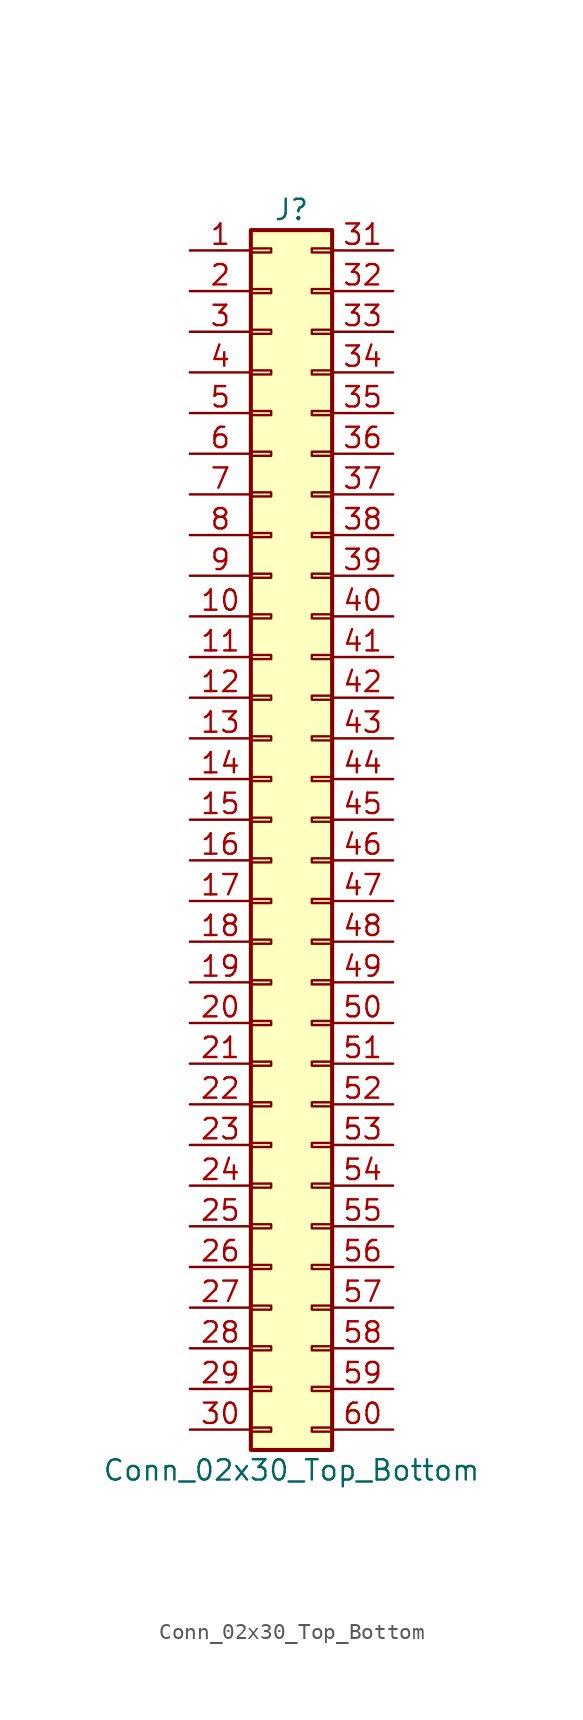
<source format=kicad_sym>
(kicad_symbol_lib
  (version 20201005)
  (generator kicad_symbol_editor)
  (symbol "Connector_Generic:Conn_02x30_Top_Bottom"
    (pin_names
      (offset 1.016) hide)
    (property "Reference" "J"
      (at 1.27 38.1 0)
      (effects (font (size 1.27 1.27))))
    (property "Value" "Conn_02x30_Top_Bottom"
      (at 1.27 -40.64 0)
      (effects (font (size 1.27 1.27))))
    (symbol "Conn_02x30_Top_Bottom_1_1"
      (rectangle (start -1.27 -27.813) (end 0 -28.067) (stroke (width 0.152)) (fill (type none)))
      (rectangle (start -1.27 -30.353) (end 0 -30.607) (stroke (width 0.152)) (fill (type none)))
      (rectangle (start -1.27 -32.893) (end 0 -33.147) (stroke (width 0.152)) (fill (type none)))
      (rectangle (start -1.27 -35.433) (end 0 -35.687) (stroke (width 0.152)) (fill (type none)))
      (rectangle (start -1.27 -37.973) (end 0 -38.227) (stroke (width 0.152)) (fill (type none)))
      (rectangle (start -1.27 -4.953) (end 0 -5.207) (stroke (width 0.152)) (fill (type none)))
      (rectangle (start -1.27 -7.493) (end 0 -7.747) (stroke (width 0.152)) (fill (type none)))
      (rectangle (start -1.27 -10.033) (end 0 -10.287) (stroke (width 0.152)) (fill (type none)))
      (rectangle (start -1.27 -12.573) (end 0 -12.827) (stroke (width 0.152)) (fill (type none)))
      (rectangle (start -1.27 -15.113) (end 0 -15.367) (stroke (width 0.152)) (fill (type none)))
      (rectangle (start -1.27 -17.653) (end 0 -17.907) (stroke (width 0.152)) (fill (type none)))
      (rectangle (start -1.27 -20.193) (end 0 -20.447) (stroke (width 0.152)) (fill (type none)))
      (rectangle (start -1.27 -22.733) (end 0 -22.987) (stroke (width 0.152)) (fill (type none)))
      (rectangle (start -1.27 -2.413) (end 0 -2.667) (stroke (width 0.152)) (fill (type none)))
      (rectangle (start -1.27 -25.273) (end 0 -25.527) (stroke (width 0.152)) (fill (type none)))
      (rectangle (start -1.27 25.527) (end 0 25.273) (stroke (width 0.152)) (fill (type none)))
      (rectangle (start -1.27 2.667) (end 0 2.413) (stroke (width 0.152)) (fill (type none)))
      (rectangle (start -1.27 28.067) (end 0 27.813) (stroke (width 0.152)) (fill (type none)))
      (rectangle (start -1.27 30.607) (end 0 30.353) (stroke (width 0.152)) (fill (type none)))
      (rectangle (start -1.27 33.147) (end 0 32.893) (stroke (width 0.152)) (fill (type none)))
      (rectangle (start -1.27 35.687) (end 0 35.433) (stroke (width 0.152)) (fill (type none)))
      (rectangle (start -1.27 36.83) (end 3.81 -39.37) (stroke (width 0.254)) (fill (type background)))
      (rectangle (start -1.27 5.207) (end 0 4.953) (stroke (width 0.152)) (fill (type none)))
      (rectangle (start -1.27 7.747) (end 0 7.493) (stroke (width 0.152)) (fill (type none)))
      (rectangle (start -1.27 10.287) (end 0 10.033) (stroke (width 0.152)) (fill (type none)))
      (rectangle (start -1.27 0.127) (end 0 -0.127) (stroke (width 0.152)) (fill (type none)))
      (rectangle (start -1.27 12.827) (end 0 12.573) (stroke (width 0.152)) (fill (type none)))
      (rectangle (start -1.27 15.367) (end 0 15.113) (stroke (width 0.152)) (fill (type none)))
      (rectangle (start -1.27 17.907) (end 0 17.653) (stroke (width 0.152)) (fill (type none)))
      (rectangle (start -1.27 20.447) (end 0 20.193) (stroke (width 0.152)) (fill (type none)))
      (rectangle (start -1.27 22.987) (end 0 22.733) (stroke (width 0.152)) (fill (type none)))
      (rectangle (start 3.81 -27.813) (end 2.54 -28.067) (stroke (width 0.152)) (fill (type none)))
      (rectangle (start 3.81 -30.353) (end 2.54 -30.607) (stroke (width 0.152)) (fill (type none)))
      (rectangle (start 3.81 -32.893) (end 2.54 -33.147) (stroke (width 0.152)) (fill (type none)))
      (rectangle (start 3.81 -35.433) (end 2.54 -35.687) (stroke (width 0.152)) (fill (type none)))
      (rectangle (start 3.81 -37.973) (end 2.54 -38.227) (stroke (width 0.152)) (fill (type none)))
      (rectangle (start 3.81 -4.953) (end 2.54 -5.207) (stroke (width 0.152)) (fill (type none)))
      (rectangle (start 3.81 -7.493) (end 2.54 -7.747) (stroke (width 0.152)) (fill (type none)))
      (rectangle (start 3.81 -10.033) (end 2.54 -10.287) (stroke (width 0.152)) (fill (type none)))
      (rectangle (start 3.81 -12.573) (end 2.54 -12.827) (stroke (width 0.152)) (fill (type none)))
      (rectangle (start 3.81 -15.113) (end 2.54 -15.367) (stroke (width 0.152)) (fill (type none)))
      (rectangle (start 3.81 -17.653) (end 2.54 -17.907) (stroke (width 0.152)) (fill (type none)))
      (rectangle (start 3.81 -20.193) (end 2.54 -20.447) (stroke (width 0.152)) (fill (type none)))
      (rectangle (start 3.81 -22.733) (end 2.54 -22.987) (stroke (width 0.152)) (fill (type none)))
      (rectangle (start 3.81 -2.413) (end 2.54 -2.667) (stroke (width 0.152)) (fill (type none)))
      (rectangle (start 3.81 -25.273) (end 2.54 -25.527) (stroke (width 0.152)) (fill (type none)))
      (rectangle (start 3.81 25.527) (end 2.54 25.273) (stroke (width 0.152)) (fill (type none)))
      (rectangle (start 3.81 2.667) (end 2.54 2.413) (stroke (width 0.152)) (fill (type none)))
      (rectangle (start 3.81 28.067) (end 2.54 27.813) (stroke (width 0.152)) (fill (type none)))
      (rectangle (start 3.81 30.607) (end 2.54 30.353) (stroke (width 0.152)) (fill (type none)))
      (rectangle (start 3.81 33.147) (end 2.54 32.893) (stroke (width 0.152)) (fill (type none)))
      (rectangle (start 3.81 35.687) (end 2.54 35.433) (stroke (width 0.152)) (fill (type none)))
      (rectangle (start 3.81 5.207) (end 2.54 4.953) (stroke (width 0.152)) (fill (type none)))
      (rectangle (start 3.81 7.747) (end 2.54 7.493) (stroke (width 0.152)) (fill (type none)))
      (rectangle (start 3.81 10.287) (end 2.54 10.033) (stroke (width 0.152)) (fill (type none)))
      (rectangle (start 3.81 0.127) (end 2.54 -0.127) (stroke (width 0.152)) (fill (type none)))
      (rectangle (start 3.81 12.827) (end 2.54 12.573) (stroke (width 0.152)) (fill (type none)))
      (rectangle (start 3.81 15.367) (end 2.54 15.113) (stroke (width 0.152)) (fill (type none)))
      (rectangle (start 3.81 17.907) (end 2.54 17.653) (stroke (width 0.152)) (fill (type none)))
      (rectangle (start 3.81 20.447) (end 2.54 20.193) (stroke (width 0.152)) (fill (type none)))
      (rectangle (start 3.81 22.987) (end 2.54 22.733) (stroke (width 0.152)) (fill (type none)))
      (pin passive line (at -5.08 35.56 0) (length 3.81) (name "Pin_1" (effects (font (size 1.27 1.27)))) (number "1" (effects (font (size 1.27 1.27)))))
      (pin passive line (at -5.08 12.7 0) (length 3.81) (name "Pin_10" (effects (font (size 1.27 1.27)))) (number "10" (effects (font (size 1.27 1.27)))))
      (pin passive line (at -5.08 10.16 0) (length 3.81) (name "Pin_11" (effects (font (size 1.27 1.27)))) (number "11" (effects (font (size 1.27 1.27)))))
      (pin passive line (at -5.08 7.62 0) (length 3.81) (name "Pin_12" (effects (font (size 1.27 1.27)))) (number "12" (effects (font (size 1.27 1.27)))))
      (pin passive line (at -5.08 5.08 0) (length 3.81) (name "Pin_13" (effects (font (size 1.27 1.27)))) (number "13" (effects (font (size 1.27 1.27)))))
      (pin passive line (at -5.08 2.54 0) (length 3.81) (name "Pin_14" (effects (font (size 1.27 1.27)))) (number "14" (effects (font (size 1.27 1.27)))))
      (pin passive line (at -5.08 0 0) (length 3.81) (name "Pin_15" (effects (font (size 1.27 1.27)))) (number "15" (effects (font (size 1.27 1.27)))))
      (pin passive line (at -5.08 -2.54 0) (length 3.81) (name "Pin_16" (effects (font (size 1.27 1.27)))) (number "16" (effects (font (size 1.27 1.27)))))
      (pin passive line (at -5.08 -5.08 0) (length 3.81) (name "Pin_17" (effects (font (size 1.27 1.27)))) (number "17" (effects (font (size 1.27 1.27)))))
      (pin passive line (at -5.08 -7.62 0) (length 3.81) (name "Pin_18" (effects (font (size 1.27 1.27)))) (number "18" (effects (font (size 1.27 1.27)))))
      (pin passive line (at -5.08 -10.16 0) (length 3.81) (name "Pin_19" (effects (font (size 1.27 1.27)))) (number "19" (effects (font (size 1.27 1.27)))))
      (pin passive line (at -5.08 33.02 0) (length 3.81) (name "Pin_2" (effects (font (size 1.27 1.27)))) (number "2" (effects (font (size 1.27 1.27)))))
      (pin passive line (at -5.08 -12.7 0) (length 3.81) (name "Pin_20" (effects (font (size 1.27 1.27)))) (number "20" (effects (font (size 1.27 1.27)))))
      (pin passive line (at -5.08 -15.24 0) (length 3.81) (name "Pin_21" (effects (font (size 1.27 1.27)))) (number "21" (effects (font (size 1.27 1.27)))))
      (pin passive line (at -5.08 -17.78 0) (length 3.81) (name "Pin_22" (effects (font (size 1.27 1.27)))) (number "22" (effects (font (size 1.27 1.27)))))
      (pin passive line (at -5.08 -20.32 0) (length 3.81) (name "Pin_23" (effects (font (size 1.27 1.27)))) (number "23" (effects (font (size 1.27 1.27)))))
      (pin passive line (at -5.08 -22.86 0) (length 3.81) (name "Pin_24" (effects (font (size 1.27 1.27)))) (number "24" (effects (font (size 1.27 1.27)))))
      (pin passive line (at -5.08 -25.4 0) (length 3.81) (name "Pin_25" (effects (font (size 1.27 1.27)))) (number "25" (effects (font (size 1.27 1.27)))))
      (pin passive line (at -5.08 -27.94 0) (length 3.81) (name "Pin_26" (effects (font (size 1.27 1.27)))) (number "26" (effects (font (size 1.27 1.27)))))
      (pin passive line (at -5.08 -30.48 0) (length 3.81) (name "Pin_27" (effects (font (size 1.27 1.27)))) (number "27" (effects (font (size 1.27 1.27)))))
      (pin passive line (at -5.08 -33.02 0) (length 3.81) (name "Pin_28" (effects (font (size 1.27 1.27)))) (number "28" (effects (font (size 1.27 1.27)))))
      (pin passive line (at -5.08 -35.56 0) (length 3.81) (name "Pin_29" (effects (font (size 1.27 1.27)))) (number "29" (effects (font (size 1.27 1.27)))))
      (pin passive line (at -5.08 30.48 0) (length 3.81) (name "Pin_3" (effects (font (size 1.27 1.27)))) (number "3" (effects (font (size 1.27 1.27)))))
      (pin passive line (at -5.08 -38.1 0) (length 3.81) (name "Pin_30" (effects (font (size 1.27 1.27)))) (number "30" (effects (font (size 1.27 1.27)))))
      (pin passive line (at 7.62 35.56 180) (length 3.81) (name "Pin_31" (effects (font (size 1.27 1.27)))) (number "31" (effects (font (size 1.27 1.27)))))
      (pin passive line (at 7.62 33.02 180) (length 3.81) (name "Pin_32" (effects (font (size 1.27 1.27)))) (number "32" (effects (font (size 1.27 1.27)))))
      (pin passive line (at 7.62 30.48 180) (length 3.81) (name "Pin_33" (effects (font (size 1.27 1.27)))) (number "33" (effects (font (size 1.27 1.27)))))
      (pin passive line (at 7.62 27.94 180) (length 3.81) (name "Pin_34" (effects (font (size 1.27 1.27)))) (number "34" (effects (font (size 1.27 1.27)))))
      (pin passive line (at 7.62 25.4 180) (length 3.81) (name "Pin_35" (effects (font (size 1.27 1.27)))) (number "35" (effects (font (size 1.27 1.27)))))
      (pin passive line (at 7.62 22.86 180) (length 3.81) (name "Pin_36" (effects (font (size 1.27 1.27)))) (number "36" (effects (font (size 1.27 1.27)))))
      (pin passive line (at 7.62 20.32 180) (length 3.81) (name "Pin_37" (effects (font (size 1.27 1.27)))) (number "37" (effects (font (size 1.27 1.27)))))
      (pin passive line (at 7.62 17.78 180) (length 3.81) (name "Pin_38" (effects (font (size 1.27 1.27)))) (number "38" (effects (font (size 1.27 1.27)))))
      (pin passive line (at 7.62 15.24 180) (length 3.81) (name "Pin_39" (effects (font (size 1.27 1.27)))) (number "39" (effects (font (size 1.27 1.27)))))
      (pin passive line (at -5.08 27.94 0) (length 3.81) (name "Pin_4" (effects (font (size 1.27 1.27)))) (number "4" (effects (font (size 1.27 1.27)))))
      (pin passive line (at 7.62 12.7 180) (length 3.81) (name "Pin_40" (effects (font (size 1.27 1.27)))) (number "40" (effects (font (size 1.27 1.27)))))
      (pin passive line (at 7.62 10.16 180) (length 3.81) (name "Pin_41" (effects (font (size 1.27 1.27)))) (number "41" (effects (font (size 1.27 1.27)))))
      (pin passive line (at 7.62 7.62 180) (length 3.81) (name "Pin_42" (effects (font (size 1.27 1.27)))) (number "42" (effects (font (size 1.27 1.27)))))
      (pin passive line (at 7.62 5.08 180) (length 3.81) (name "Pin_43" (effects (font (size 1.27 1.27)))) (number "43" (effects (font (size 1.27 1.27)))))
      (pin passive line (at 7.62 2.54 180) (length 3.81) (name "Pin_44" (effects (font (size 1.27 1.27)))) (number "44" (effects (font (size 1.27 1.27)))))
      (pin passive line (at 7.62 0 180) (length 3.81) (name "Pin_45" (effects (font (size 1.27 1.27)))) (number "45" (effects (font (size 1.27 1.27)))))
      (pin passive line (at 7.62 -2.54 180) (length 3.81) (name "Pin_46" (effects (font (size 1.27 1.27)))) (number "46" (effects (font (size 1.27 1.27)))))
      (pin passive line (at 7.62 -5.08 180) (length 3.81) (name "Pin_47" (effects (font (size 1.27 1.27)))) (number "47" (effects (font (size 1.27 1.27)))))
      (pin passive line (at 7.62 -7.62 180) (length 3.81) (name "Pin_48" (effects (font (size 1.27 1.27)))) (number "48" (effects (font (size 1.27 1.27)))))
      (pin passive line (at 7.62 -10.16 180) (length 3.81) (name "Pin_49" (effects (font (size 1.27 1.27)))) (number "49" (effects (font (size 1.27 1.27)))))
      (pin passive line (at -5.08 25.4 0) (length 3.81) (name "Pin_5" (effects (font (size 1.27 1.27)))) (number "5" (effects (font (size 1.27 1.27)))))
      (pin passive line (at 7.62 -12.7 180) (length 3.81) (name "Pin_50" (effects (font (size 1.27 1.27)))) (number "50" (effects (font (size 1.27 1.27)))))
      (pin passive line (at 7.62 -15.24 180) (length 3.81) (name "Pin_51" (effects (font (size 1.27 1.27)))) (number "51" (effects (font (size 1.27 1.27)))))
      (pin passive line (at 7.62 -17.78 180) (length 3.81) (name "Pin_52" (effects (font (size 1.27 1.27)))) (number "52" (effects (font (size 1.27 1.27)))))
      (pin passive line (at 7.62 -20.32 180) (length 3.81) (name "Pin_53" (effects (font (size 1.27 1.27)))) (number "53" (effects (font (size 1.27 1.27)))))
      (pin passive line (at 7.62 -22.86 180) (length 3.81) (name "Pin_54" (effects (font (size 1.27 1.27)))) (number "54" (effects (font (size 1.27 1.27)))))
      (pin passive line (at 7.62 -25.4 180) (length 3.81) (name "Pin_55" (effects (font (size 1.27 1.27)))) (number "55" (effects (font (size 1.27 1.27)))))
      (pin passive line (at 7.62 -27.94 180) (length 3.81) (name "Pin_56" (effects (font (size 1.27 1.27)))) (number "56" (effects (font (size 1.27 1.27)))))
      (pin passive line (at 7.62 -30.48 180) (length 3.81) (name "Pin_57" (effects (font (size 1.27 1.27)))) (number "57" (effects (font (size 1.27 1.27)))))
      (pin passive line (at 7.62 -33.02 180) (length 3.81) (name "Pin_58" (effects (font (size 1.27 1.27)))) (number "58" (effects (font (size 1.27 1.27)))))
      (pin passive line (at 7.62 -35.56 180) (length 3.81) (name "Pin_59" (effects (font (size 1.27 1.27)))) (number "59" (effects (font (size 1.27 1.27)))))
      (pin passive line (at -5.08 22.86 0) (length 3.81) (name "Pin_6" (effects (font (size 1.27 1.27)))) (number "6" (effects (font (size 1.27 1.27)))))
      (pin passive line (at 7.62 -38.1 180) (length 3.81) (name "Pin_60" (effects (font (size 1.27 1.27)))) (number "60" (effects (font (size 1.27 1.27)))))
      (pin passive line (at -5.08 20.32 0) (length 3.81) (name "Pin_7" (effects (font (size 1.27 1.27)))) (number "7" (effects (font (size 1.27 1.27)))))
      (pin passive line (at -5.08 17.78 0) (length 3.81) (name "Pin_8" (effects (font (size 1.27 1.27)))) (number "8" (effects (font (size 1.27 1.27)))))
      (pin passive line (at -5.08 15.24 0) (length 3.81) (name "Pin_9" (effects (font (size 1.27 1.27)))) (number "9" (effects (font (size 1.27 1.27))))))))
</source>
